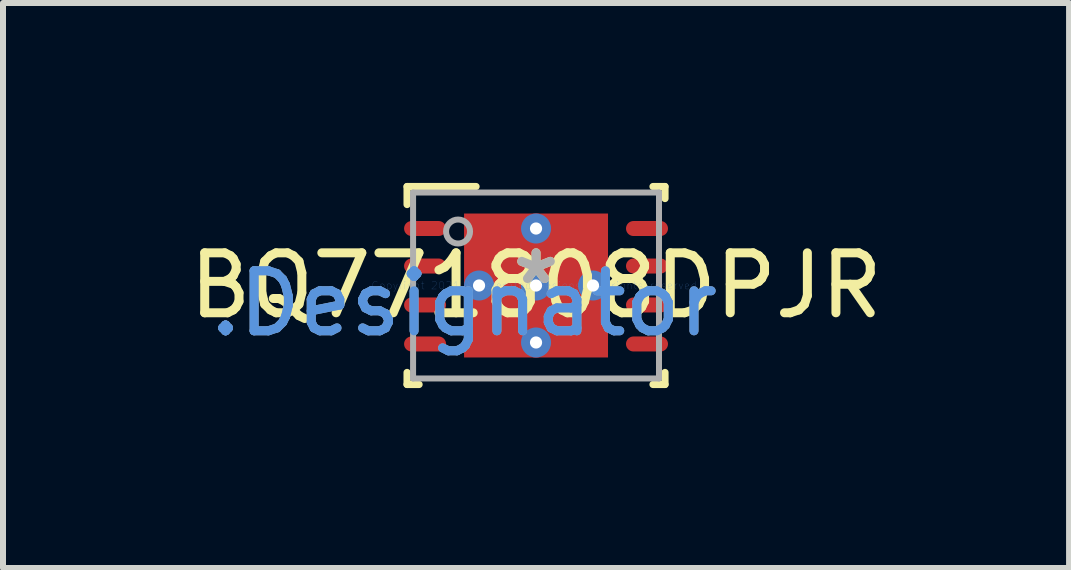
<source format=kicad_pcb>
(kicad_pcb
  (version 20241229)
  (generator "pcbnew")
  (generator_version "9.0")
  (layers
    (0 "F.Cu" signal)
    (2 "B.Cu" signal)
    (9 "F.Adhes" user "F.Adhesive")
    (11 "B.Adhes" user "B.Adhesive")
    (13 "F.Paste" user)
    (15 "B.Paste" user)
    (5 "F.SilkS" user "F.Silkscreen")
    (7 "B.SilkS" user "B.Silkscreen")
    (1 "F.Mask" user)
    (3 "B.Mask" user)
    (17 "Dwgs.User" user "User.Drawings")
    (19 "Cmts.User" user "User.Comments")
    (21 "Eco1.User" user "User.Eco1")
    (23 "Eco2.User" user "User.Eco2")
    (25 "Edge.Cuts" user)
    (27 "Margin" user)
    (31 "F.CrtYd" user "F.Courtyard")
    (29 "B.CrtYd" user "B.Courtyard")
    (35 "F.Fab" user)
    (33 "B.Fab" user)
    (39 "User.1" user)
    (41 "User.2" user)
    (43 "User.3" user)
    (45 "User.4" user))
  (footprint "BQ771808DPJR"
    (layer "F.Cu")
    (at 5.887 1.71)
    (property "Reference" "BQ771808DPJR" (at 0 0 0) (layer "F.SilkS") (effects (font (size 1 1) (thickness 0.15))))
    (attr through_hole)
    (fp_line (start -2.15 -1.65) (end -1 -1.65) (stroke (width 0.12) (type solid)) (layer "F.SilkS"))
    (fp_line (start -2.15 -1.35) (end -2.15 -1.65) (stroke (width 0.12) (type solid)) (layer "F.SilkS"))
    (fp_line (start -2.15 1.65) (end -2.15 1.45) (stroke (width 0.12) (type solid)) (layer "F.SilkS"))
    (fp_line (start -2.15 1.65) (end -1.95 1.65) (stroke (width 0.12) (type solid)) (layer "F.SilkS"))
    (fp_line (start 1.95 -1.65) (end 2.15 -1.65) (stroke (width 0.12) (type solid)) (layer "F.SilkS"))
    (fp_line (start 1.95 1.65) (end 2.15 1.65) (stroke (width 0.12) (type solid)) (layer "F.SilkS"))
    (fp_line (start 2.15 -1.45) (end 2.15 -1.65) (stroke (width 0.12) (type solid)) (layer "F.SilkS"))
    (fp_line (start 2.15 1.65) (end 2.15 1.45) (stroke (width 0.12) (type solid)) (layer "F.SilkS"))
    (fp_poly (pts (xy -1.165 -0.1) (xy -0.1 -0.1) (xy -0.1 -1.165) (xy -1.165 -1.165)) (stroke (width 0.1) (type solid)) (fill yes) (layer "F.Paste"))
    (fp_poly (pts (xy -1.165 1.165) (xy -0.1 1.165) (xy -0.1 0.1) (xy -1.165 0.1)) (stroke (width 0.1) (type solid)) (fill yes) (layer "F.Paste"))
    (fp_poly (pts (xy 0.1 -0.1) (xy 1.165 -0.1) (xy 1.165 -1.165) (xy 0.1 -1.165)) (stroke (width 0.1) (type solid)) (fill yes) (layer "F.Paste"))
    (fp_poly (pts (xy 0.1 1.165) (xy 1.165 1.165) (xy 1.165 0.1) (xy 0.1 0.1)) (stroke (width 0.1) (type solid)) (fill yes) (layer "F.Paste"))
    (fp_line (start -2.05 -1.55) (end 2.05 -1.55) (stroke (width 0.1) (type solid)) (layer "F.Fab"))
    (fp_line (start -2.05 1.55) (end -2.05 -1.55) (stroke (width 0.1) (type solid)) (layer "F.Fab"))
    (fp_line (start -2.05 1.55) (end 2.05 1.55) (stroke (width 0.1) (type solid)) (layer "F.Fab"))
    (fp_line (start 2.05 1.55) (end 2.05 -1.55) (stroke (width 0.1) (type solid)) (layer "F.Fab"))
    (fp_circle (center -1.3 -0.9) (end -1.1 -0.9) (stroke (width 0.1) (type solid)) (fill no) (layer "F.Fab"))
    (fp_text user "*" (at 0 0 0) (layer "F.SilkS") (effects (font (size 1 1) (thickness 0.15))))
    (fp_text user "Copyright 2021 Accelerated Designs. All rights reserved." (at 0 0 0) (layer "Cmts.User") (effects (font (size 0.127 0.127) (thickness 0.002))))
    (fp_text user ".Designator" (at -1.2 0.3 0) (layer "Cmts.User") (effects (font (size 1 1) (thickness 0.15))))
    (fp_text user ".Designator" (at -1.2 0.3 0) (layer "F.Fab") (effects (font (size 1 1) (thickness 0.15))))
    (fp_text user "*" (at 0 0 0) (layer "F.Fab") (effects (font (size 1 1) (thickness 0.15))))
    (pad "1" smd oval (at -1.85 -0.95) (size 0.7 0.25) (layers "F.Cu" "F.Mask" "F.Paste"))
    (pad "2" smd oval (at -1.85 -0.325) (size 0.7 0.25) (layers "F.Cu" "F.Mask" "F.Paste"))
    (pad "3" smd oval (at -1.85 0.325) (size 0.7 0.25) (layers "F.Cu" "F.Mask" "F.Paste"))
    (pad "4" smd oval (at -1.85 0.975) (size 0.7 0.25) (layers "F.Cu" "F.Mask" "F.Paste"))
    (pad "5" smd oval (at 1.85 0.975) (size 0.7 0.25) (layers "F.Cu" "F.Mask" "F.Paste"))
    (pad "6" smd oval (at 1.85 0.325) (size 0.7 0.25) (layers "F.Cu" "F.Mask" "F.Paste"))
    (pad "7" smd oval (at 1.85 -0.325) (size 0.7 0.25) (layers "F.Cu" "F.Mask" "F.Paste"))
    (pad "8" smd oval (at 1.85 -0.95) (size 0.7 0.25) (layers "F.Cu" "F.Mask" "F.Paste"))
    (pad "9" smd rect (at 0 0) (size 2.4 2.4) (layers "F.Cu" "F.Mask"))
    (pad "V" thru_hole circle (at -0.95 0) (size 0.5 0.5) (drill 0.203) (layers "*.Cu" "*.Mask"))
    (pad "V" thru_hole circle (at 0 -0.95) (size 0.5 0.5) (drill 0.203) (layers "*.Cu" "*.Mask"))
    (pad "V" thru_hole circle (at 0 0) (size 0.5 0.5) (drill 0.203) (layers "*.Cu" "*.Mask"))
    (pad "V" thru_hole circle (at 0 0.95) (size 0.5 0.5) (drill 0.203) (layers "*.Cu" "*.Mask"))
    (pad "V" thru_hole circle (at 0.95 0) (size 0.5 0.5) (drill 0.203) (layers "*.Cu" "*.Mask")))
  (gr_rect
    (start -3 -3)
    (end 14.774 6.42)
    (stroke (width 0.1) (type default))
    (fill no)
    (layer "Edge.Cuts")))
</source>
